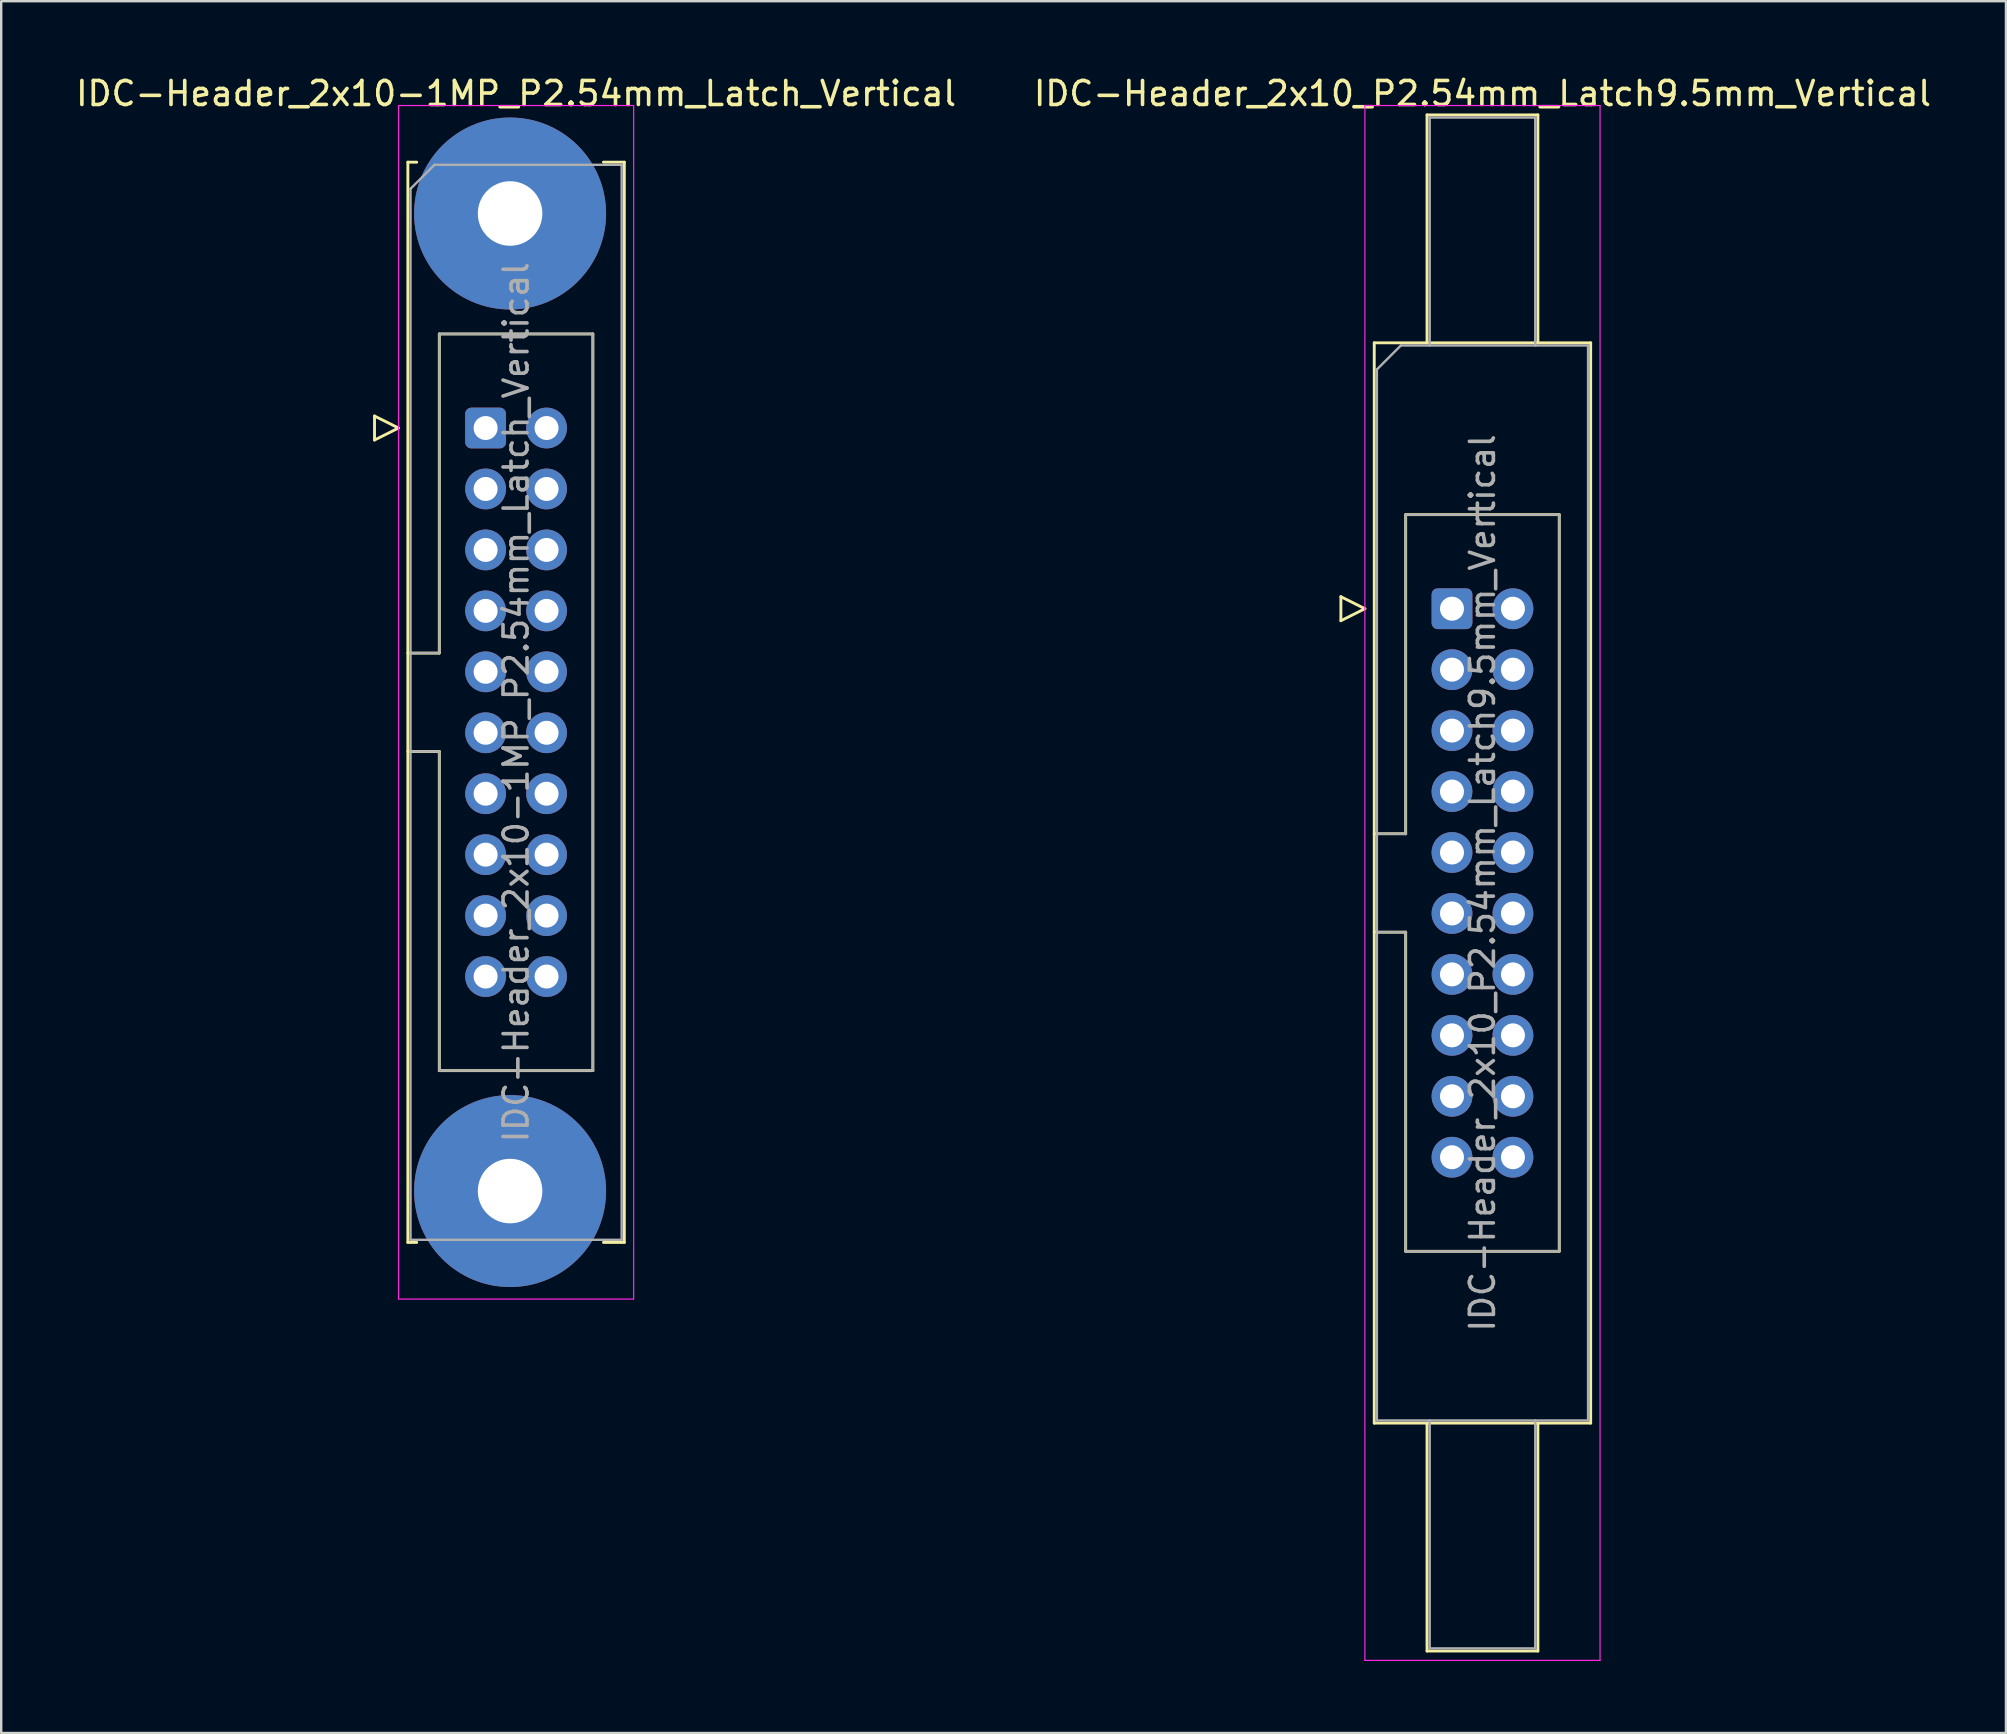
<source format=kicad_pcb>
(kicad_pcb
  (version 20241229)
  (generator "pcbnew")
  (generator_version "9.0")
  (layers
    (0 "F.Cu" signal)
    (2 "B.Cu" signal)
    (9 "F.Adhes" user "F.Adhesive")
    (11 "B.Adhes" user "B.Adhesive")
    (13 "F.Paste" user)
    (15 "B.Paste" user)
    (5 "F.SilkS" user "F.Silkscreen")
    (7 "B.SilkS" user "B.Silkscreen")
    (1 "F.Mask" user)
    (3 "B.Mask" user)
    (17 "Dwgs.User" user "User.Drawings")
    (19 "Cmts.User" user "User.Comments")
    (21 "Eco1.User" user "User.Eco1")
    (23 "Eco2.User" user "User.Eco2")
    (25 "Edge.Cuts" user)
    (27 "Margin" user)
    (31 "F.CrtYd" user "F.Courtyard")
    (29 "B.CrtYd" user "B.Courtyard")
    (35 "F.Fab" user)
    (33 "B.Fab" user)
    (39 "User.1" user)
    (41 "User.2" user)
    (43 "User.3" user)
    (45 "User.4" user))
  (footprint "IDC-Header_2x10_P2.54mm_Latch9.5mm_Vertical"
    (layer "F.Cu")
    (at 57.462 22.318)
    (property "Reference" "IDC-Header_2x10_P2.54mm_Latch9.5mm_Vertical" (at 1.27 -21.47 0) (layer "F.SilkS") (effects (font (size 1 1) (thickness 0.15))))
    (attr through_hole)
    (fp_line (start -4.63 -0.5) (end -4.63 0.5) (stroke (width 0.12) (type solid)) (layer "F.SilkS"))
    (fp_line (start -4.63 0.5) (end -3.63 0) (stroke (width 0.12) (type solid)) (layer "F.SilkS"))
    (fp_line (start -3.63 0) (end -4.63 -0.5) (stroke (width 0.12) (type solid)) (layer "F.SilkS"))
    (fp_line (start -3.24 -11.08) (end 5.78 -11.08) (stroke (width 0.12) (type solid)) (layer "F.SilkS"))
    (fp_line (start -3.24 9.38) (end -1.93 9.38) (stroke (width 0.12) (type solid)) (layer "F.SilkS"))
    (fp_line (start -3.24 33.94) (end -3.24 -11.08) (stroke (width 0.12) (type solid)) (layer "F.SilkS"))
    (fp_line (start -1.93 -3.92) (end 4.47 -3.92) (stroke (width 0.12) (type solid)) (layer "F.SilkS"))
    (fp_line (start -1.93 9.38) (end -1.93 -3.92) (stroke (width 0.12) (type solid)) (layer "F.SilkS"))
    (fp_line (start -1.93 13.48) (end -3.24 13.48) (stroke (width 0.12) (type solid)) (layer "F.SilkS"))
    (fp_line (start -1.93 26.78) (end -1.93 13.48) (stroke (width 0.12) (type solid)) (layer "F.SilkS"))
    (fp_line (start -1.04 -20.58) (end 3.58 -20.58) (stroke (width 0.12) (type solid)) (layer "F.SilkS"))
    (fp_line (start -1.04 -11.08) (end -1.04 -20.58) (stroke (width 0.12) (type solid)) (layer "F.SilkS"))
    (fp_line (start -1.04 33.94) (end -1.04 43.44) (stroke (width 0.12) (type solid)) (layer "F.SilkS"))
    (fp_line (start -1.04 43.44) (end 3.58 43.44) (stroke (width 0.12) (type solid)) (layer "F.SilkS"))
    (fp_line (start 3.58 -20.58) (end 3.58 -11.08) (stroke (width 0.12) (type solid)) (layer "F.SilkS"))
    (fp_line (start 3.58 43.44) (end 3.58 33.94) (stroke (width 0.12) (type solid)) (layer "F.SilkS"))
    (fp_line (start 4.47 -3.92) (end 4.47 26.78) (stroke (width 0.12) (type solid)) (layer "F.SilkS"))
    (fp_line (start 4.47 26.78) (end -1.93 26.78) (stroke (width 0.12) (type solid)) (layer "F.SilkS"))
    (fp_line (start 5.78 -11.08) (end 5.78 33.94) (stroke (width 0.12) (type solid)) (layer "F.SilkS"))
    (fp_line (start 5.78 33.94) (end -3.24 33.94) (stroke (width 0.12) (type solid)) (layer "F.SilkS"))
    (fp_line (start -3.63 -20.97) (end -3.63 43.83) (stroke (width 0.05) (type solid)) (layer "F.CrtYd"))
    (fp_line (start -3.63 43.83) (end 6.17 43.83) (stroke (width 0.05) (type solid)) (layer "F.CrtYd"))
    (fp_line (start 6.17 -20.97) (end -3.63 -20.97) (stroke (width 0.05) (type solid)) (layer "F.CrtYd"))
    (fp_line (start 6.17 43.83) (end 6.17 -20.97) (stroke (width 0.05) (type solid)) (layer "F.CrtYd"))
    (fp_line (start -3.13 -9.97) (end -2.13 -10.97) (stroke (width 0.1) (type solid)) (layer "F.Fab"))
    (fp_line (start -3.13 9.38) (end -1.93 9.38) (stroke (width 0.1) (type solid)) (layer "F.Fab"))
    (fp_line (start -3.13 33.83) (end -3.13 -9.97) (stroke (width 0.1) (type solid)) (layer "F.Fab"))
    (fp_line (start -2.13 -10.97) (end 5.67 -10.97) (stroke (width 0.1) (type solid)) (layer "F.Fab"))
    (fp_line (start -1.93 -3.92) (end 4.47 -3.92) (stroke (width 0.1) (type solid)) (layer "F.Fab"))
    (fp_line (start -1.93 9.38) (end -1.93 -3.92) (stroke (width 0.1) (type solid)) (layer "F.Fab"))
    (fp_line (start -1.93 13.48) (end -3.13 13.48) (stroke (width 0.1) (type solid)) (layer "F.Fab"))
    (fp_line (start -1.93 26.78) (end -1.93 13.48) (stroke (width 0.1) (type solid)) (layer "F.Fab"))
    (fp_line (start -0.93 -20.47) (end 3.47 -20.47) (stroke (width 0.1) (type solid)) (layer "F.Fab"))
    (fp_line (start -0.93 -10.97) (end -0.93 -20.47) (stroke (width 0.1) (type solid)) (layer "F.Fab"))
    (fp_line (start -0.93 33.83) (end -0.93 43.33) (stroke (width 0.1) (type solid)) (layer "F.Fab"))
    (fp_line (start -0.93 43.33) (end 3.47 43.33) (stroke (width 0.1) (type solid)) (layer "F.Fab"))
    (fp_line (start 3.47 -20.47) (end 3.47 -10.97) (stroke (width 0.1) (type solid)) (layer "F.Fab"))
    (fp_line (start 3.47 43.33) (end 3.47 33.83) (stroke (width 0.1) (type solid)) (layer "F.Fab"))
    (fp_line (start 4.47 -3.92) (end 4.47 26.78) (stroke (width 0.1) (type solid)) (layer "F.Fab"))
    (fp_line (start 4.47 26.78) (end -1.93 26.78) (stroke (width 0.1) (type solid)) (layer "F.Fab"))
    (fp_line (start 5.67 -10.97) (end 5.67 33.83) (stroke (width 0.1) (type solid)) (layer "F.Fab"))
    (fp_line (start 5.67 33.83) (end -3.13 33.83) (stroke (width 0.1) (type solid)) (layer "F.Fab"))
    (fp_text user "${REFERENCE}" (at 1.27 11.43 90) (layer "F.Fab") (effects (font (size 1 1) (thickness 0.15))))
    (pad "1" thru_hole roundrect (at 0 0) (size 1.7 1.7) (drill 1) (layers "*.Cu" "*.Mask") (roundrect_rratio 0.147))
    (pad "2" thru_hole circle (at 2.54 0) (size 1.7 1.7) (drill 1) (layers "*.Cu" "*.Mask"))
    (pad "3" thru_hole circle (at 0 2.54) (size 1.7 1.7) (drill 1) (layers "*.Cu" "*.Mask"))
    (pad "4" thru_hole circle (at 2.54 2.54) (size 1.7 1.7) (drill 1) (layers "*.Cu" "*.Mask"))
    (pad "5" thru_hole circle (at 0 5.08) (size 1.7 1.7) (drill 1) (layers "*.Cu" "*.Mask"))
    (pad "6" thru_hole circle (at 2.54 5.08) (size 1.7 1.7) (drill 1) (layers "*.Cu" "*.Mask"))
    (pad "7" thru_hole circle (at 0 7.62) (size 1.7 1.7) (drill 1) (layers "*.Cu" "*.Mask"))
    (pad "8" thru_hole circle (at 2.54 7.62) (size 1.7 1.7) (drill 1) (layers "*.Cu" "*.Mask"))
    (pad "9" thru_hole circle (at 0 10.16) (size 1.7 1.7) (drill 1) (layers "*.Cu" "*.Mask"))
    (pad "10" thru_hole circle (at 2.54 10.16) (size 1.7 1.7) (drill 1) (layers "*.Cu" "*.Mask"))
    (pad "11" thru_hole circle (at 0 12.7) (size 1.7 1.7) (drill 1) (layers "*.Cu" "*.Mask"))
    (pad "12" thru_hole circle (at 2.54 12.7) (size 1.7 1.7) (drill 1) (layers "*.Cu" "*.Mask"))
    (pad "13" thru_hole circle (at 0 15.24) (size 1.7 1.7) (drill 1) (layers "*.Cu" "*.Mask"))
    (pad "14" thru_hole circle (at 2.54 15.24) (size 1.7 1.7) (drill 1) (layers "*.Cu" "*.Mask"))
    (pad "15" thru_hole circle (at 0 17.78) (size 1.7 1.7) (drill 1) (layers "*.Cu" "*.Mask"))
    (pad "16" thru_hole circle (at 2.54 17.78) (size 1.7 1.7) (drill 1) (layers "*.Cu" "*.Mask"))
    (pad "17" thru_hole circle (at 0 20.32) (size 1.7 1.7) (drill 1) (layers "*.Cu" "*.Mask"))
    (pad "18" thru_hole circle (at 2.54 20.32) (size 1.7 1.7) (drill 1) (layers "*.Cu" "*.Mask"))
    (pad "19" thru_hole circle (at 0 22.86) (size 1.7 1.7) (drill 1) (layers "*.Cu" "*.Mask"))
    (pad "20" thru_hole circle (at 2.54 22.86) (size 1.7 1.7) (drill 1) (layers "*.Cu" "*.Mask")))
  (footprint "IDC-Header_2x10-1MP_P2.54mm_Latch_Vertical"
    (layer "F.Cu")
    (at 17.188 14.788)
    (property "Reference" "IDC-Header_2x10-1MP_P2.54mm_Latch_Vertical" (at 1.27 -13.94 0) (layer "F.SilkS") (effects (font (size 1 1) (thickness 0.15))))
    (attr through_hole)
    (fp_line (start -4.63 -0.5) (end -4.63 0.5) (stroke (width 0.12) (type solid)) (layer "F.SilkS"))
    (fp_line (start -4.63 0.5) (end -3.63 0) (stroke (width 0.12) (type solid)) (layer "F.SilkS"))
    (fp_line (start -3.63 0) (end -4.63 -0.5) (stroke (width 0.12) (type solid)) (layer "F.SilkS"))
    (fp_line (start -3.24 -11.08) (end -3.24 33.94) (stroke (width 0.12) (type solid)) (layer "F.SilkS"))
    (fp_line (start -3.24 9.38) (end -1.93 9.38) (stroke (width 0.12) (type solid)) (layer "F.SilkS"))
    (fp_line (start -3.24 33.94) (end -2.87 33.94) (stroke (width 0.12) (type solid)) (layer "F.SilkS"))
    (fp_line (start -2.87 -11.08) (end -3.24 -11.08) (stroke (width 0.12) (type solid)) (layer "F.SilkS"))
    (fp_line (start -1.93 -3.92) (end 4.47 -3.92) (stroke (width 0.12) (type solid)) (layer "F.SilkS"))
    (fp_line (start -1.93 9.38) (end -1.93 -3.92) (stroke (width 0.12) (type solid)) (layer "F.SilkS"))
    (fp_line (start -1.93 13.48) (end -3.24 13.48) (stroke (width 0.12) (type solid)) (layer "F.SilkS"))
    (fp_line (start -1.93 26.78) (end -1.93 13.48) (stroke (width 0.12) (type solid)) (layer "F.SilkS"))
    (fp_line (start 4.47 -3.92) (end 4.47 26.78) (stroke (width 0.12) (type solid)) (layer "F.SilkS"))
    (fp_line (start 4.47 26.78) (end -1.93 26.78) (stroke (width 0.12) (type solid)) (layer "F.SilkS"))
    (fp_line (start 4.91 -11.08) (end 5.78 -11.08) (stroke (width 0.12) (type solid)) (layer "F.SilkS"))
    (fp_line (start 5.78 -11.08) (end 5.78 33.94) (stroke (width 0.12) (type solid)) (layer "F.SilkS"))
    (fp_line (start 5.78 33.94) (end 4.91 33.94) (stroke (width 0.12) (type solid)) (layer "F.SilkS"))
    (fp_line (start -3.63 -13.44) (end -3.63 36.3) (stroke (width 0.05) (type solid)) (layer "F.CrtYd"))
    (fp_line (start -3.63 36.3) (end 6.17 36.3) (stroke (width 0.05) (type solid)) (layer "F.CrtYd"))
    (fp_line (start 6.17 -13.44) (end -3.63 -13.44) (stroke (width 0.05) (type solid)) (layer "F.CrtYd"))
    (fp_line (start 6.17 36.3) (end 6.17 -13.44) (stroke (width 0.05) (type solid)) (layer "F.CrtYd"))
    (fp_line (start -3.13 -9.97) (end -2.13 -10.97) (stroke (width 0.1) (type solid)) (layer "F.Fab"))
    (fp_line (start -3.13 9.38) (end -1.93 9.38) (stroke (width 0.1) (type solid)) (layer "F.Fab"))
    (fp_line (start -3.13 33.83) (end -3.13 -9.97) (stroke (width 0.1) (type solid)) (layer "F.Fab"))
    (fp_line (start -2.13 -10.97) (end 5.67 -10.97) (stroke (width 0.1) (type solid)) (layer "F.Fab"))
    (fp_line (start -1.93 -3.92) (end 4.47 -3.92) (stroke (width 0.1) (type solid)) (layer "F.Fab"))
    (fp_line (start -1.93 9.38) (end -1.93 -3.92) (stroke (width 0.1) (type solid)) (layer "F.Fab"))
    (fp_line (start -1.93 13.48) (end -3.13 13.48) (stroke (width 0.1) (type solid)) (layer "F.Fab"))
    (fp_line (start -1.93 26.78) (end -1.93 13.48) (stroke (width 0.1) (type solid)) (layer "F.Fab"))
    (fp_line (start 4.47 -3.92) (end 4.47 26.78) (stroke (width 0.1) (type solid)) (layer "F.Fab"))
    (fp_line (start 4.47 26.78) (end -1.93 26.78) (stroke (width 0.1) (type solid)) (layer "F.Fab"))
    (fp_line (start 5.67 -10.97) (end 5.67 33.83) (stroke (width 0.1) (type solid)) (layer "F.Fab"))
    (fp_line (start 5.67 33.83) (end -3.13 33.83) (stroke (width 0.1) (type solid)) (layer "F.Fab"))
    (fp_text user "${REFERENCE}" (at 1.27 11.43 90) (layer "F.Fab") (effects (font (size 1 1) (thickness 0.15))))
    (pad "1" thru_hole roundrect (at 0 0) (size 1.7 1.7) (drill 1) (layers "*.Cu" "*.Mask") (roundrect_rratio 0.147))
    (pad "2" thru_hole circle (at 2.54 0) (size 1.7 1.7) (drill 1) (layers "*.Cu" "*.Mask"))
    (pad "3" thru_hole circle (at 0 2.54) (size 1.7 1.7) (drill 1) (layers "*.Cu" "*.Mask"))
    (pad "4" thru_hole circle (at 2.54 2.54) (size 1.7 1.7) (drill 1) (layers "*.Cu" "*.Mask"))
    (pad "5" thru_hole circle (at 0 5.08) (size 1.7 1.7) (drill 1) (layers "*.Cu" "*.Mask"))
    (pad "6" thru_hole circle (at 2.54 5.08) (size 1.7 1.7) (drill 1) (layers "*.Cu" "*.Mask"))
    (pad "7" thru_hole circle (at 0 7.62) (size 1.7 1.7) (drill 1) (layers "*.Cu" "*.Mask"))
    (pad "8" thru_hole circle (at 2.54 7.62) (size 1.7 1.7) (drill 1) (layers "*.Cu" "*.Mask"))
    (pad "9" thru_hole circle (at 0 10.16) (size 1.7 1.7) (drill 1) (layers "*.Cu" "*.Mask"))
    (pad "10" thru_hole circle (at 2.54 10.16) (size 1.7 1.7) (drill 1) (layers "*.Cu" "*.Mask"))
    (pad "11" thru_hole circle (at 0 12.7) (size 1.7 1.7) (drill 1) (layers "*.Cu" "*.Mask"))
    (pad "12" thru_hole circle (at 2.54 12.7) (size 1.7 1.7) (drill 1) (layers "*.Cu" "*.Mask"))
    (pad "13" thru_hole circle (at 0 15.24) (size 1.7 1.7) (drill 1) (layers "*.Cu" "*.Mask"))
    (pad "14" thru_hole circle (at 2.54 15.24) (size 1.7 1.7) (drill 1) (layers "*.Cu" "*.Mask"))
    (pad "15" thru_hole circle (at 0 17.78) (size 1.7 1.7) (drill 1) (layers "*.Cu" "*.Mask"))
    (pad "16" thru_hole circle (at 2.54 17.78) (size 1.7 1.7) (drill 1) (layers "*.Cu" "*.Mask"))
    (pad "17" thru_hole circle (at 0 20.32) (size 1.7 1.7) (drill 1) (layers "*.Cu" "*.Mask"))
    (pad "18" thru_hole circle (at 2.54 20.32) (size 1.7 1.7) (drill 1) (layers "*.Cu" "*.Mask"))
    (pad "19" thru_hole circle (at 0 22.86) (size 1.7 1.7) (drill 1) (layers "*.Cu" "*.Mask"))
    (pad "20" thru_hole circle (at 2.54 22.86) (size 1.7 1.7) (drill 1) (layers "*.Cu" "*.Mask"))
    (pad "MP" thru_hole circle (at 1.02 -8.94) (size 8 8) (drill 2.69) (layers "*.Cu" "*.Mask"))
    (pad "MP" thru_hole circle (at 1.02 31.8) (size 8 8) (drill 2.69) (layers "*.Cu" "*.Mask")))
  (gr_rect
    (start -3 -3)
    (end 80.548 69.173)
    (stroke (width 0.1) (type default))
    (fill no)
    (layer "Edge.Cuts")))
</source>
